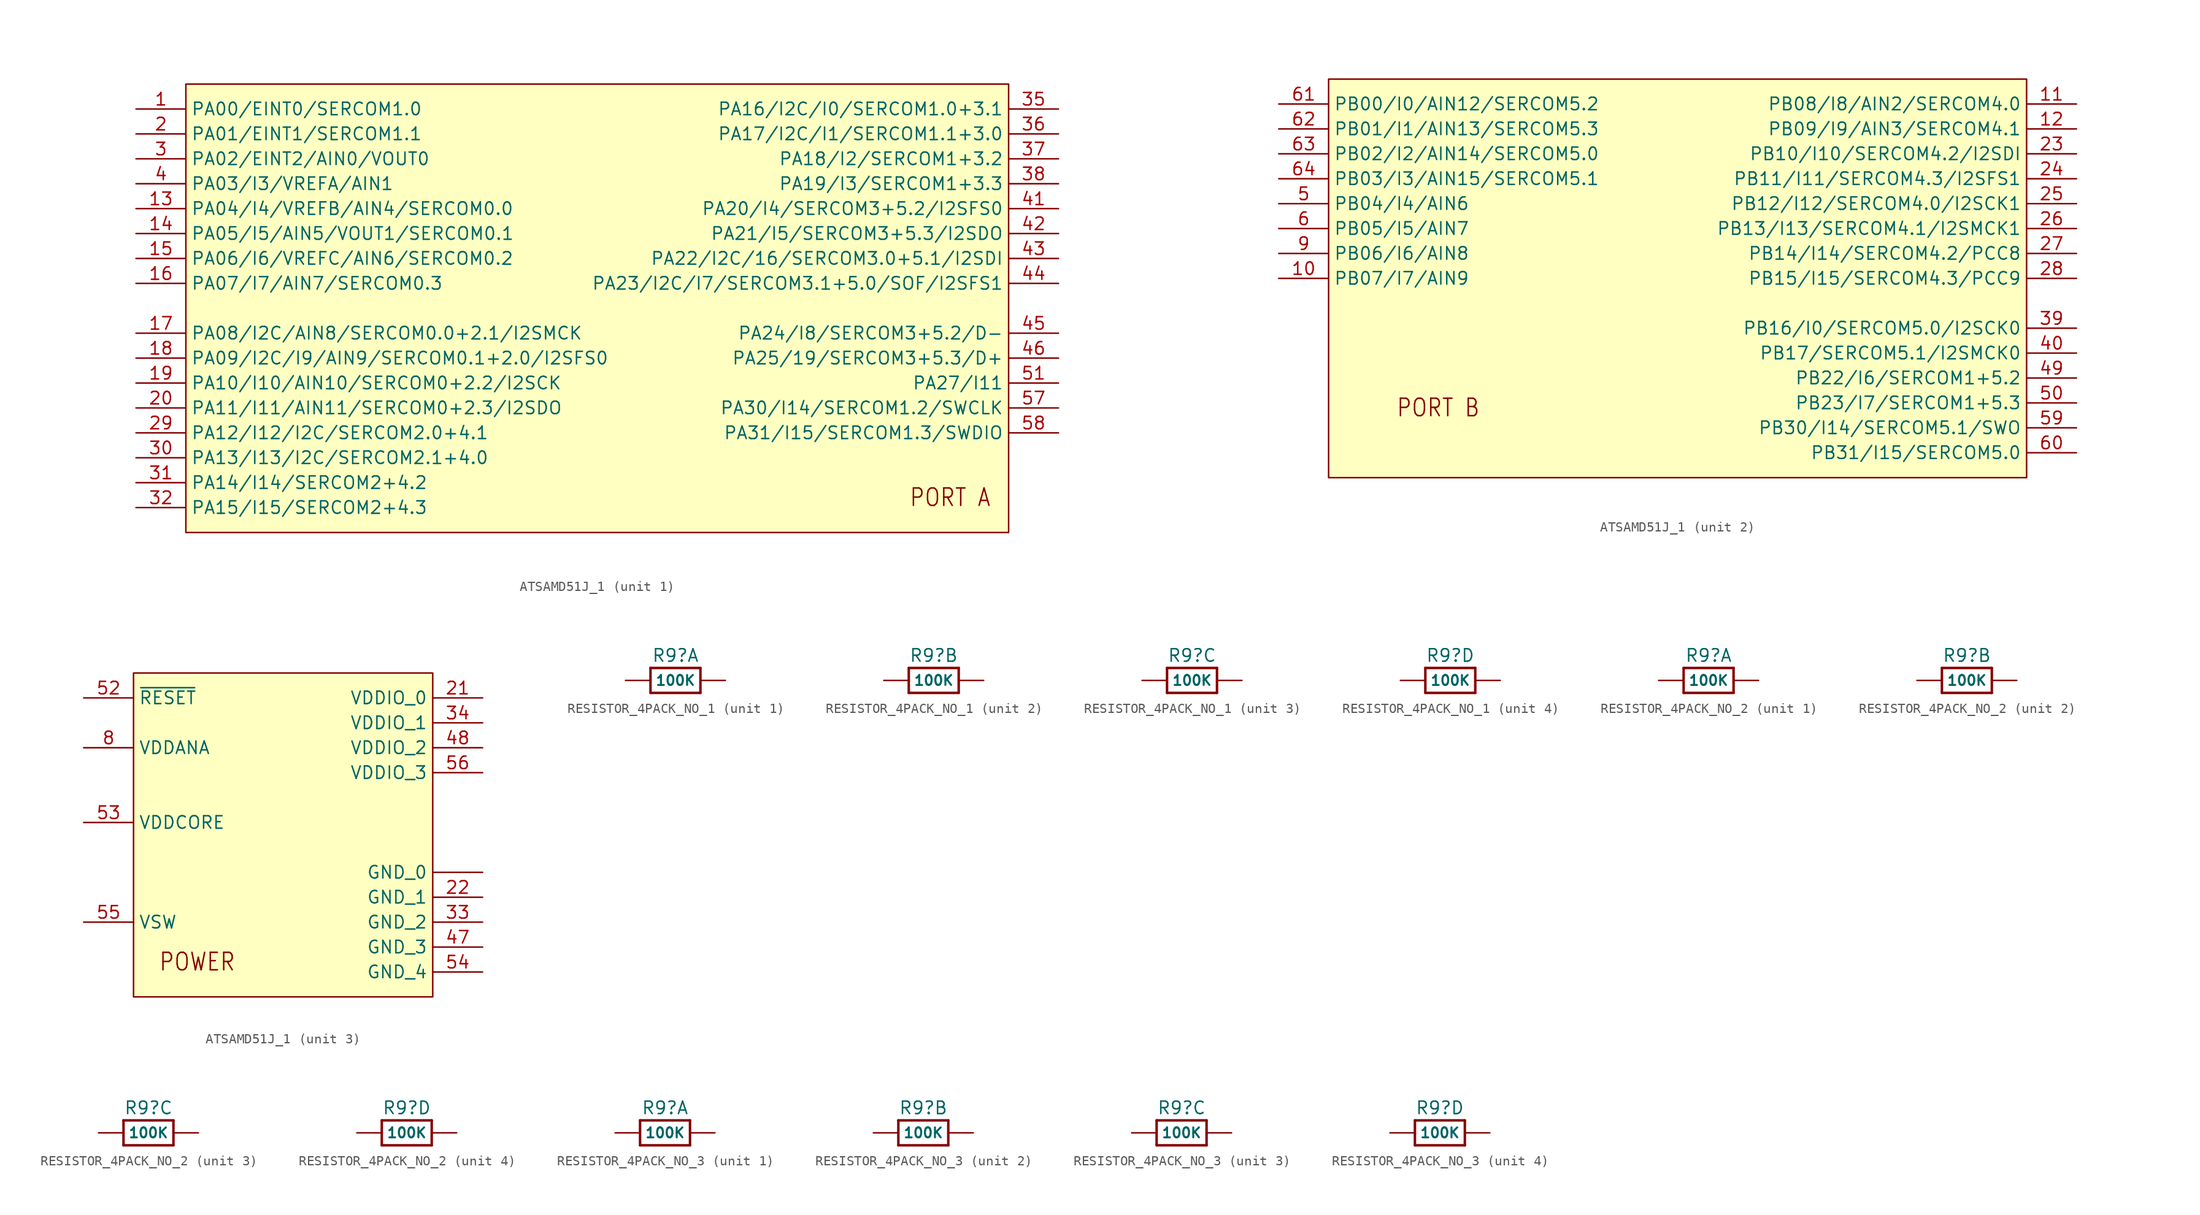
<source format=kicad_sym>
(kicad_symbol_lib
  (version 20231120)
  (generator "kicad_symbol_editor")
  (generator_version "8.0")
  (symbol "ATSAMD51J_1"
    (property "Reference" "U$1"
      (at -33.02 0 0)
      (effects (font (size 1.27 1.27)) (hide yes)))
    (property "ki_locked" ""
      (at 0 0 0)
      (effects (font (size 1.27 1.27))))
    (symbol "ATSAMD51J_1_1_0"
      (text "PORT A" (at 48.26 -22.86 0) (effects (font (size 1.778 1.511)) (justify left bottom)))
      (pin bidirectional line (at -30.48 17.78 0) (length 5.08) (name "PA00/EINT0/SERCOM1.0" (effects (font (size 1.27 1.27)))) (number "1" (effects (font (size 1.27 1.27)))))
      (pin bidirectional line (at -30.48 7.62 0) (length 5.08) (name "PA04/I4/VREFB/AIN4/SERCOM0.0" (effects (font (size 1.27 1.27)))) (number "13" (effects (font (size 1.27 1.27)))))
      (pin bidirectional line (at -30.48 5.08 0) (length 5.08) (name "PA05/I5/AIN5/VOUT1/SERCOM0.1" (effects (font (size 1.27 1.27)))) (number "14" (effects (font (size 1.27 1.27)))))
      (pin bidirectional line (at -30.48 2.54 0) (length 5.08) (name "PA06/I6/VREFC/AIN6/SERCOM0.2" (effects (font (size 1.27 1.27)))) (number "15" (effects (font (size 1.27 1.27)))))
      (pin bidirectional line (at -30.48 0 0) (length 5.08) (name "PA07/I7/AIN7/SERCOM0.3" (effects (font (size 1.27 1.27)))) (number "16" (effects (font (size 1.27 1.27)))))
      (pin bidirectional line (at -30.48 -5.08 0) (length 5.08) (name "PA08/I2C/AIN8/SERCOM0.0+2.1/I2SMCK" (effects (font (size 1.27 1.27)))) (number "17" (effects (font (size 1.27 1.27)))))
      (pin bidirectional line (at -30.48 -7.62 0) (length 5.08) (name "PA09/I2C/I9/AIN9/SERCOM0.1+2.0/I2SFS0" (effects (font (size 1.27 1.27)))) (number "18" (effects (font (size 1.27 1.27)))))
      (pin bidirectional line (at -30.48 -10.16 0) (length 5.08) (name "PA10/I10/AIN10/SERCOM0+2.2/I2SCK" (effects (font (size 1.27 1.27)))) (number "19" (effects (font (size 1.27 1.27)))))
      (pin bidirectional line (at -30.48 15.24 0) (length 5.08) (name "PA01/EINT1/SERCOM1.1" (effects (font (size 1.27 1.27)))) (number "2" (effects (font (size 1.27 1.27)))))
      (pin bidirectional line (at -30.48 -12.7 0) (length 5.08) (name "PA11/I11/AIN11/SERCOM0+2.3/I2SDO" (effects (font (size 1.27 1.27)))) (number "20" (effects (font (size 1.27 1.27)))))
      (pin bidirectional line (at -30.48 -15.24 0) (length 5.08) (name "PA12/I12/I2C/SERCOM2.0+4.1" (effects (font (size 1.27 1.27)))) (number "29" (effects (font (size 1.27 1.27)))))
      (pin bidirectional line (at -30.48 12.7 0) (length 5.08) (name "PA02/EINT2/AIN0/VOUT0" (effects (font (size 1.27 1.27)))) (number "3" (effects (font (size 1.27 1.27)))))
      (pin bidirectional line (at -30.48 -17.78 0) (length 5.08) (name "PA13/I13/I2C/SERCOM2.1+4.0" (effects (font (size 1.27 1.27)))) (number "30" (effects (font (size 1.27 1.27)))))
      (pin bidirectional line (at -30.48 -20.32 0) (length 5.08) (name "PA14/I14/SERCOM2+4.2" (effects (font (size 1.27 1.27)))) (number "31" (effects (font (size 1.27 1.27)))))
      (pin bidirectional line (at -30.48 -22.86 0) (length 5.08) (name "PA15/I15/SERCOM2+4.3" (effects (font (size 1.27 1.27)))) (number "32" (effects (font (size 1.27 1.27)))))
      (pin bidirectional line (at 63.5 17.78 180) (length 5.08) (name "PA16/I2C/I0/SERCOM1.0+3.1" (effects (font (size 1.27 1.27)))) (number "35" (effects (font (size 1.27 1.27)))))
      (pin bidirectional line (at 63.5 15.24 180) (length 5.08) (name "PA17/I2C/I1/SERCOM1.1+3.0" (effects (font (size 1.27 1.27)))) (number "36" (effects (font (size 1.27 1.27)))))
      (pin bidirectional line (at 63.5 12.7 180) (length 5.08) (name "PA18/I2/SERCOM1+3.2" (effects (font (size 1.27 1.27)))) (number "37" (effects (font (size 1.27 1.27)))))
      (pin bidirectional line (at 63.5 10.16 180) (length 5.08) (name "PA19/I3/SERCOM1+3.3" (effects (font (size 1.27 1.27)))) (number "38" (effects (font (size 1.27 1.27)))))
      (pin bidirectional line (at -30.48 10.16 0) (length 5.08) (name "PA03/I3/VREFA/AIN1" (effects (font (size 1.27 1.27)))) (number "4" (effects (font (size 1.27 1.27)))))
      (pin bidirectional line (at 63.5 7.62 180) (length 5.08) (name "PA20/I4/SERCOM3+5.2/I2SFS0" (effects (font (size 1.27 1.27)))) (number "41" (effects (font (size 1.27 1.27)))))
      (pin bidirectional line (at 63.5 5.08 180) (length 5.08) (name "PA21/I5/SERCOM3+5.3/I2SDO" (effects (font (size 1.27 1.27)))) (number "42" (effects (font (size 1.27 1.27)))))
      (pin bidirectional line (at 63.5 2.54 180) (length 5.08) (name "PA22/I2C/16/SERCOM3.0+5.1/I2SDI" (effects (font (size 1.27 1.27)))) (number "43" (effects (font (size 1.27 1.27)))))
      (pin bidirectional line (at 63.5 0 180) (length 5.08) (name "PA23/I2C/I7/SERCOM3.1+5.0/SOF/I2SFS1" (effects (font (size 1.27 1.27)))) (number "44" (effects (font (size 1.27 1.27)))))
      (pin bidirectional line (at 63.5 -5.08 180) (length 5.08) (name "PA24/I8/SERCOM3+5.2/D-" (effects (font (size 1.27 1.27)))) (number "45" (effects (font (size 1.27 1.27)))))
      (pin bidirectional line (at 63.5 -7.62 180) (length 5.08) (name "PA25/19/SERCOM3+5.3/D+" (effects (font (size 1.27 1.27)))) (number "46" (effects (font (size 1.27 1.27)))))
      (pin bidirectional line (at 63.5 -10.16 180) (length 5.08) (name "PA27/I11" (effects (font (size 1.27 1.27)))) (number "51" (effects (font (size 1.27 1.27)))))
      (pin bidirectional line (at 63.5 -12.7 180) (length 5.08) (name "PA30/I14/SERCOM1.2/SWCLK" (effects (font (size 1.27 1.27)))) (number "57" (effects (font (size 1.27 1.27)))))
      (pin bidirectional line (at 63.5 -15.24 180) (length 5.08) (name "PA31/I15/SERCOM1.3/SWDIO" (effects (font (size 1.27 1.27)))) (number "58" (effects (font (size 1.27 1.27))))))
    (symbol "ATSAMD51J_1_1_1"
      (rectangle (start -25.4 20.32) (end 58.42 -25.4) (stroke (width 0) (type default)) (fill (type background))))
    (symbol "ATSAMD51J_1_2_0"
      (text "PORT B" (at -31.242 -19.304 0) (effects (font (size 1.778 1.511)) (justify left bottom)))
      (pin bidirectional line (at -43.18 -5.08 0) (length 5.08) (name "PB07/I7/AIN9" (effects (font (size 1.27 1.27)))) (number "10" (effects (font (size 1.27 1.27)))))
      (pin bidirectional line (at 38.1 12.7 180) (length 5.08) (name "PB08/I8/AIN2/SERCOM4.0" (effects (font (size 1.27 1.27)))) (number "11" (effects (font (size 1.27 1.27)))))
      (pin bidirectional line (at 38.1 10.16 180) (length 5.08) (name "PB09/I9/AIN3/SERCOM4.1" (effects (font (size 1.27 1.27)))) (number "12" (effects (font (size 1.27 1.27)))))
      (pin bidirectional line (at 38.1 7.62 180) (length 5.08) (name "PB10/I10/SERCOM4.2/I2SDI" (effects (font (size 1.27 1.27)))) (number "23" (effects (font (size 1.27 1.27)))))
      (pin bidirectional line (at 38.1 5.08 180) (length 5.08) (name "PB11/I11/SERCOM4.3/I2SFS1" (effects (font (size 1.27 1.27)))) (number "24" (effects (font (size 1.27 1.27)))))
      (pin bidirectional line (at 38.1 2.54 180) (length 5.08) (name "PB12/I12/SERCOM4.0/I2SCK1" (effects (font (size 1.27 1.27)))) (number "25" (effects (font (size 1.27 1.27)))))
      (pin bidirectional line (at 38.1 0 180) (length 5.08) (name "PB13/I13/SERCOM4.1/I2SMCK1" (effects (font (size 1.27 1.27)))) (number "26" (effects (font (size 1.27 1.27)))))
      (pin bidirectional line (at 38.1 -2.54 180) (length 5.08) (name "PB14/I14/SERCOM4.2/PCC8" (effects (font (size 1.27 1.27)))) (number "27" (effects (font (size 1.27 1.27)))))
      (pin bidirectional line (at 38.1 -5.08 180) (length 5.08) (name "PB15/I15/SERCOM4.3/PCC9" (effects (font (size 1.27 1.27)))) (number "28" (effects (font (size 1.27 1.27)))))
      (pin bidirectional line (at 38.1 -10.16 180) (length 5.08) (name "PB16/I0/SERCOM5.0/I2SCK0" (effects (font (size 1.27 1.27)))) (number "39" (effects (font (size 1.27 1.27)))))
      (pin bidirectional line (at 38.1 -12.7 180) (length 5.08) (name "PB17/SERCOM5.1/I2SMCK0" (effects (font (size 1.27 1.27)))) (number "40" (effects (font (size 1.27 1.27)))))
      (pin bidirectional line (at 38.1 -15.24 180) (length 5.08) (name "PB22/I6/SERCOM1+5.2" (effects (font (size 1.27 1.27)))) (number "49" (effects (font (size 1.27 1.27)))))
      (pin bidirectional line (at -43.18 2.54 0) (length 5.08) (name "PB04/I4/AIN6" (effects (font (size 1.27 1.27)))) (number "5" (effects (font (size 1.27 1.27)))))
      (pin bidirectional line (at 38.1 -17.78 180) (length 5.08) (name "PB23/I7/SERCOM1+5.3" (effects (font (size 1.27 1.27)))) (number "50" (effects (font (size 1.27 1.27)))))
      (pin bidirectional line (at 38.1 -20.32 180) (length 5.08) (name "PB30/I14/SERCOM5.1/SWO" (effects (font (size 1.27 1.27)))) (number "59" (effects (font (size 1.27 1.27)))))
      (pin bidirectional line (at -43.18 0 0) (length 5.08) (name "PB05/I5/AIN7" (effects (font (size 1.27 1.27)))) (number "6" (effects (font (size 1.27 1.27)))))
      (pin bidirectional line (at 38.1 -22.86 180) (length 5.08) (name "PB31/I15/SERCOM5.0" (effects (font (size 1.27 1.27)))) (number "60" (effects (font (size 1.27 1.27)))))
      (pin bidirectional line (at -43.18 12.7 0) (length 5.08) (name "PB00/I0/AIN12/SERCOM5.2" (effects (font (size 1.27 1.27)))) (number "61" (effects (font (size 1.27 1.27)))))
      (pin bidirectional line (at -43.18 10.16 0) (length 5.08) (name "PB01/I1/AIN13/SERCOM5.3" (effects (font (size 1.27 1.27)))) (number "62" (effects (font (size 1.27 1.27)))))
      (pin bidirectional line (at -43.18 7.62 0) (length 5.08) (name "PB02/I2/AIN14/SERCOM5.0" (effects (font (size 1.27 1.27)))) (number "63" (effects (font (size 1.27 1.27)))))
      (pin bidirectional line (at -43.18 5.08 0) (length 5.08) (name "PB03/I3/AIN15/SERCOM5.1" (effects (font (size 1.27 1.27)))) (number "64" (effects (font (size 1.27 1.27)))))
      (pin bidirectional line (at -43.18 -2.54 0) (length 5.08) (name "PB06/I6/AIN8" (effects (font (size 1.27 1.27)))) (number "9" (effects (font (size 1.27 1.27))))))
    (symbol "ATSAMD51J_1_2_1"
      (rectangle (start -38.1 15.24) (end 33.02 -25.4) (stroke (width 0) (type default)) (fill (type background))))
    (symbol "ATSAMD51J_1_3_0"
      (text "POWER" (at -12.7 -12.7 0) (effects (font (size 1.778 1.511)) (justify left bottom)))
      (pin bidirectional line (at 20.32 15.24 180) (length 5.08) (name "VDDIO_0" (effects (font (size 1.27 1.27)))) (number "21" (effects (font (size 1.27 1.27)))))
      (pin bidirectional line (at 20.32 -5.08 180) (length 5.08) (name "GND_1" (effects (font (size 1.27 1.27)))) (number "22" (effects (font (size 1.27 1.27)))))
      (pin bidirectional line (at 20.32 -7.62 180) (length 5.08) (name "GND_2" (effects (font (size 1.27 1.27)))) (number "33" (effects (font (size 1.27 1.27)))))
      (pin bidirectional line (at 20.32 12.7 180) (length 5.08) (name "VDDIO_1" (effects (font (size 1.27 1.27)))) (number "34" (effects (font (size 1.27 1.27)))))
      (pin bidirectional line (at 20.32 -10.16 180) (length 5.08) (name "GND_3" (effects (font (size 1.27 1.27)))) (number "47" (effects (font (size 1.27 1.27)))))
      (pin bidirectional line (at 20.32 10.16 180) (length 5.08) (name "VDDIO_2" (effects (font (size 1.27 1.27)))) (number "48" (effects (font (size 1.27 1.27)))))
      (pin bidirectional line (at -20.32 15.24 0) (length 5.08) (name "~{RESET}" (effects (font (size 1.27 1.27)))) (number "52" (effects (font (size 1.27 1.27)))))
      (pin bidirectional line (at -20.32 2.54 0) (length 5.08) (name "VDDCORE" (effects (font (size 1.27 1.27)))) (number "53" (effects (font (size 1.27 1.27)))))
      (pin bidirectional line (at 20.32 -12.7 180) (length 5.08) (name "GND_4" (effects (font (size 1.27 1.27)))) (number "54" (effects (font (size 1.27 1.27)))))
      (pin bidirectional line (at -20.32 -7.62 0) (length 5.08) (name "VSW" (effects (font (size 1.27 1.27)))) (number "55" (effects (font (size 1.27 1.27)))))
      (pin bidirectional line (at 20.32 7.62 180) (length 5.08) (name "VDDIO_3" (effects (font (size 1.27 1.27)))) (number "56" (effects (font (size 1.27 1.27)))))
      (pin bidirectional line (at 20.32 -2.54 180) (length 5.08) (name "GND_0" (effects (font (size 1.27 1.27)))) (number "7" (effects (font (size 0 0)))))
      (pin bidirectional line (at -20.32 10.16 0) (length 5.08) (name "VDDANA" (effects (font (size 1.27 1.27)))) (number "8" (effects (font (size 1.27 1.27))))))
    (symbol "ATSAMD51J_1_3_1"
      (rectangle (start -15.24 17.78) (end 15.24 -15.24) (stroke (width 0) (type default)) (fill (type background)))))
  (symbol "RESISTOR_4PACK_NO_1"
    (property "Reference" "R9"
      (at 0 2.54 0)
      (effects (font (size 1.27 1.27))))
    (property "Value" "100K"
      (at 0 0 0)
      (effects (font (size 1.016 1.016) (bold yes))))
    (property "ki_locked" ""
      (at 0 0 0)
      (effects (font (size 1.27 1.27))))
    (symbol "RESISTOR_4PACK_NO_1_1_0"
      (polyline (pts (xy -2.54 -1.27) (xy -2.54 1.27)) (stroke (width 0.254) (type solid)) (fill (type none)))
      (polyline (pts (xy -2.54 1.27) (xy 2.54 1.27)) (stroke (width 0.254) (type solid)) (fill (type none)))
      (polyline (pts (xy 2.54 -1.27) (xy -2.54 -1.27)) (stroke (width 0.254) (type solid)) (fill (type none)))
      (polyline (pts (xy 2.54 1.27) (xy 2.54 -1.27)) (stroke (width 0.254) (type solid)) (fill (type none)))
      (pin passive line (at -5.08 0 0) (length 2.54) (name "1" (effects (font (size 0 0)))) (number "1" (effects (font (size 0 0)))))
      (pin passive line (at 5.08 0 180) (length 2.54) (name "2" (effects (font (size 0 0)))) (number "8" (effects (font (size 0 0))))))
    (symbol "RESISTOR_4PACK_NO_1_2_0"
      (polyline (pts (xy -2.54 -1.27) (xy -2.54 1.27)) (stroke (width 0.254) (type solid)) (fill (type none)))
      (polyline (pts (xy -2.54 1.27) (xy 2.54 1.27)) (stroke (width 0.254) (type solid)) (fill (type none)))
      (polyline (pts (xy 2.54 -1.27) (xy -2.54 -1.27)) (stroke (width 0.254) (type solid)) (fill (type none)))
      (polyline (pts (xy 2.54 1.27) (xy 2.54 -1.27)) (stroke (width 0.254) (type solid)) (fill (type none)))
      (pin passive line (at -5.08 0 0) (length 2.54) (name "1" (effects (font (size 0 0)))) (number "2" (effects (font (size 0 0)))))
      (pin passive line (at 5.08 0 180) (length 2.54) (name "2" (effects (font (size 0 0)))) (number "7" (effects (font (size 0 0))))))
    (symbol "RESISTOR_4PACK_NO_1_3_0"
      (polyline (pts (xy -2.54 -1.27) (xy -2.54 1.27)) (stroke (width 0.254) (type solid)) (fill (type none)))
      (polyline (pts (xy -2.54 1.27) (xy 2.54 1.27)) (stroke (width 0.254) (type solid)) (fill (type none)))
      (polyline (pts (xy 2.54 -1.27) (xy -2.54 -1.27)) (stroke (width 0.254) (type solid)) (fill (type none)))
      (polyline (pts (xy 2.54 1.27) (xy 2.54 -1.27)) (stroke (width 0.254) (type solid)) (fill (type none)))
      (pin passive line (at -5.08 0 0) (length 2.54) (name "1" (effects (font (size 0 0)))) (number "3" (effects (font (size 0 0)))))
      (pin passive line (at 5.08 0 180) (length 2.54) (name "2" (effects (font (size 0 0)))) (number "6" (effects (font (size 0 0))))))
    (symbol "RESISTOR_4PACK_NO_1_4_0"
      (polyline (pts (xy -2.54 -1.27) (xy -2.54 1.27)) (stroke (width 0.254) (type solid)) (fill (type none)))
      (polyline (pts (xy -2.54 1.27) (xy 2.54 1.27)) (stroke (width 0.254) (type solid)) (fill (type none)))
      (polyline (pts (xy 2.54 -1.27) (xy -2.54 -1.27)) (stroke (width 0.254) (type solid)) (fill (type none)))
      (polyline (pts (xy 2.54 1.27) (xy 2.54 -1.27)) (stroke (width 0.254) (type solid)) (fill (type none)))
      (pin passive line (at -5.08 0 0) (length 2.54) (name "1" (effects (font (size 0 0)))) (number "4" (effects (font (size 0 0)))))
      (pin passive line (at 5.08 0 180) (length 2.54) (name "2" (effects (font (size 0 0)))) (number "5" (effects (font (size 0 0)))))))
  (symbol "RESISTOR_4PACK_NO_2"
    (property "Reference" "R9"
      (at 0 2.54 0)
      (effects (font (size 1.27 1.27))))
    (property "Value" "100K"
      (at 0 0 0)
      (effects (font (size 1.016 1.016) (bold yes))))
    (property "ki_locked" ""
      (at 0 0 0)
      (effects (font (size 1.27 1.27))))
    (symbol "RESISTOR_4PACK_NO_2_1_0"
      (polyline (pts (xy -2.54 -1.27) (xy -2.54 1.27)) (stroke (width 0.254) (type solid)) (fill (type none)))
      (polyline (pts (xy -2.54 1.27) (xy 2.54 1.27)) (stroke (width 0.254) (type solid)) (fill (type none)))
      (polyline (pts (xy 2.54 -1.27) (xy -2.54 -1.27)) (stroke (width 0.254) (type solid)) (fill (type none)))
      (polyline (pts (xy 2.54 1.27) (xy 2.54 -1.27)) (stroke (width 0.254) (type solid)) (fill (type none)))
      (pin passive line (at -5.08 0 0) (length 2.54) (name "1" (effects (font (size 0 0)))) (number "1" (effects (font (size 0 0)))))
      (pin passive line (at 5.08 0 180) (length 2.54) (name "2" (effects (font (size 0 0)))) (number "8" (effects (font (size 0 0))))))
    (symbol "RESISTOR_4PACK_NO_2_2_0"
      (polyline (pts (xy -2.54 -1.27) (xy -2.54 1.27)) (stroke (width 0.254) (type solid)) (fill (type none)))
      (polyline (pts (xy -2.54 1.27) (xy 2.54 1.27)) (stroke (width 0.254) (type solid)) (fill (type none)))
      (polyline (pts (xy 2.54 -1.27) (xy -2.54 -1.27)) (stroke (width 0.254) (type solid)) (fill (type none)))
      (polyline (pts (xy 2.54 1.27) (xy 2.54 -1.27)) (stroke (width 0.254) (type solid)) (fill (type none)))
      (pin passive line (at -5.08 0 0) (length 2.54) (name "1" (effects (font (size 0 0)))) (number "2" (effects (font (size 0 0)))))
      (pin passive line (at 5.08 0 180) (length 2.54) (name "2" (effects (font (size 0 0)))) (number "7" (effects (font (size 0 0))))))
    (symbol "RESISTOR_4PACK_NO_2_3_0"
      (polyline (pts (xy -2.54 -1.27) (xy -2.54 1.27)) (stroke (width 0.254) (type solid)) (fill (type none)))
      (polyline (pts (xy -2.54 1.27) (xy 2.54 1.27)) (stroke (width 0.254) (type solid)) (fill (type none)))
      (polyline (pts (xy 2.54 -1.27) (xy -2.54 -1.27)) (stroke (width 0.254) (type solid)) (fill (type none)))
      (polyline (pts (xy 2.54 1.27) (xy 2.54 -1.27)) (stroke (width 0.254) (type solid)) (fill (type none)))
      (pin passive line (at -5.08 0 0) (length 2.54) (name "1" (effects (font (size 0 0)))) (number "3" (effects (font (size 0 0)))))
      (pin passive line (at 5.08 0 180) (length 2.54) (name "2" (effects (font (size 0 0)))) (number "6" (effects (font (size 0 0))))))
    (symbol "RESISTOR_4PACK_NO_2_4_0"
      (polyline (pts (xy -2.54 -1.27) (xy -2.54 1.27)) (stroke (width 0.254) (type solid)) (fill (type none)))
      (polyline (pts (xy -2.54 1.27) (xy 2.54 1.27)) (stroke (width 0.254) (type solid)) (fill (type none)))
      (polyline (pts (xy 2.54 -1.27) (xy -2.54 -1.27)) (stroke (width 0.254) (type solid)) (fill (type none)))
      (polyline (pts (xy 2.54 1.27) (xy 2.54 -1.27)) (stroke (width 0.254) (type solid)) (fill (type none)))
      (pin passive line (at -5.08 0 0) (length 2.54) (name "1" (effects (font (size 0 0)))) (number "4" (effects (font (size 0 0)))))
      (pin passive line (at 5.08 0 180) (length 2.54) (name "2" (effects (font (size 0 0)))) (number "5" (effects (font (size 0 0)))))))
  (symbol "RESISTOR_4PACK_NO_3"
    (property "Reference" "R9"
      (at 0 2.54 0)
      (effects (font (size 1.27 1.27))))
    (property "Value" "100K"
      (at 0 0 0)
      (effects (font (size 1.016 1.016) (bold yes))))
    (property "ki_locked" ""
      (at 0 0 0)
      (effects (font (size 1.27 1.27))))
    (symbol "RESISTOR_4PACK_NO_3_1_0"
      (polyline (pts (xy -2.54 -1.27) (xy -2.54 1.27)) (stroke (width 0.254) (type solid)) (fill (type none)))
      (polyline (pts (xy -2.54 1.27) (xy 2.54 1.27)) (stroke (width 0.254) (type solid)) (fill (type none)))
      (polyline (pts (xy 2.54 -1.27) (xy -2.54 -1.27)) (stroke (width 0.254) (type solid)) (fill (type none)))
      (polyline (pts (xy 2.54 1.27) (xy 2.54 -1.27)) (stroke (width 0.254) (type solid)) (fill (type none)))
      (pin passive line (at -5.08 0 0) (length 2.54) (name "1" (effects (font (size 0 0)))) (number "1" (effects (font (size 0 0)))))
      (pin passive line (at 5.08 0 180) (length 2.54) (name "2" (effects (font (size 0 0)))) (number "8" (effects (font (size 0 0))))))
    (symbol "RESISTOR_4PACK_NO_3_2_0"
      (polyline (pts (xy -2.54 -1.27) (xy -2.54 1.27)) (stroke (width 0.254) (type solid)) (fill (type none)))
      (polyline (pts (xy -2.54 1.27) (xy 2.54 1.27)) (stroke (width 0.254) (type solid)) (fill (type none)))
      (polyline (pts (xy 2.54 -1.27) (xy -2.54 -1.27)) (stroke (width 0.254) (type solid)) (fill (type none)))
      (polyline (pts (xy 2.54 1.27) (xy 2.54 -1.27)) (stroke (width 0.254) (type solid)) (fill (type none)))
      (pin passive line (at -5.08 0 0) (length 2.54) (name "1" (effects (font (size 0 0)))) (number "2" (effects (font (size 0 0)))))
      (pin passive line (at 5.08 0 180) (length 2.54) (name "2" (effects (font (size 0 0)))) (number "7" (effects (font (size 0 0))))))
    (symbol "RESISTOR_4PACK_NO_3_3_0"
      (polyline (pts (xy -2.54 -1.27) (xy -2.54 1.27)) (stroke (width 0.254) (type solid)) (fill (type none)))
      (polyline (pts (xy -2.54 1.27) (xy 2.54 1.27)) (stroke (width 0.254) (type solid)) (fill (type none)))
      (polyline (pts (xy 2.54 -1.27) (xy -2.54 -1.27)) (stroke (width 0.254) (type solid)) (fill (type none)))
      (polyline (pts (xy 2.54 1.27) (xy 2.54 -1.27)) (stroke (width 0.254) (type solid)) (fill (type none)))
      (pin passive line (at -5.08 0 0) (length 2.54) (name "1" (effects (font (size 0 0)))) (number "3" (effects (font (size 0 0)))))
      (pin passive line (at 5.08 0 180) (length 2.54) (name "2" (effects (font (size 0 0)))) (number "6" (effects (font (size 0 0))))))
    (symbol "RESISTOR_4PACK_NO_3_4_0"
      (polyline (pts (xy -2.54 -1.27) (xy -2.54 1.27)) (stroke (width 0.254) (type solid)) (fill (type none)))
      (polyline (pts (xy -2.54 1.27) (xy 2.54 1.27)) (stroke (width 0.254) (type solid)) (fill (type none)))
      (polyline (pts (xy 2.54 -1.27) (xy -2.54 -1.27)) (stroke (width 0.254) (type solid)) (fill (type none)))
      (polyline (pts (xy 2.54 1.27) (xy 2.54 -1.27)) (stroke (width 0.254) (type solid)) (fill (type none)))
      (pin passive line (at -5.08 0 0) (length 2.54) (name "1" (effects (font (size 0 0)))) (number "4" (effects (font (size 0 0)))))
      (pin passive line (at 5.08 0 180) (length 2.54) (name "2" (effects (font (size 0 0)))) (number "5" (effects (font (size 0 0))))))))
</source>
